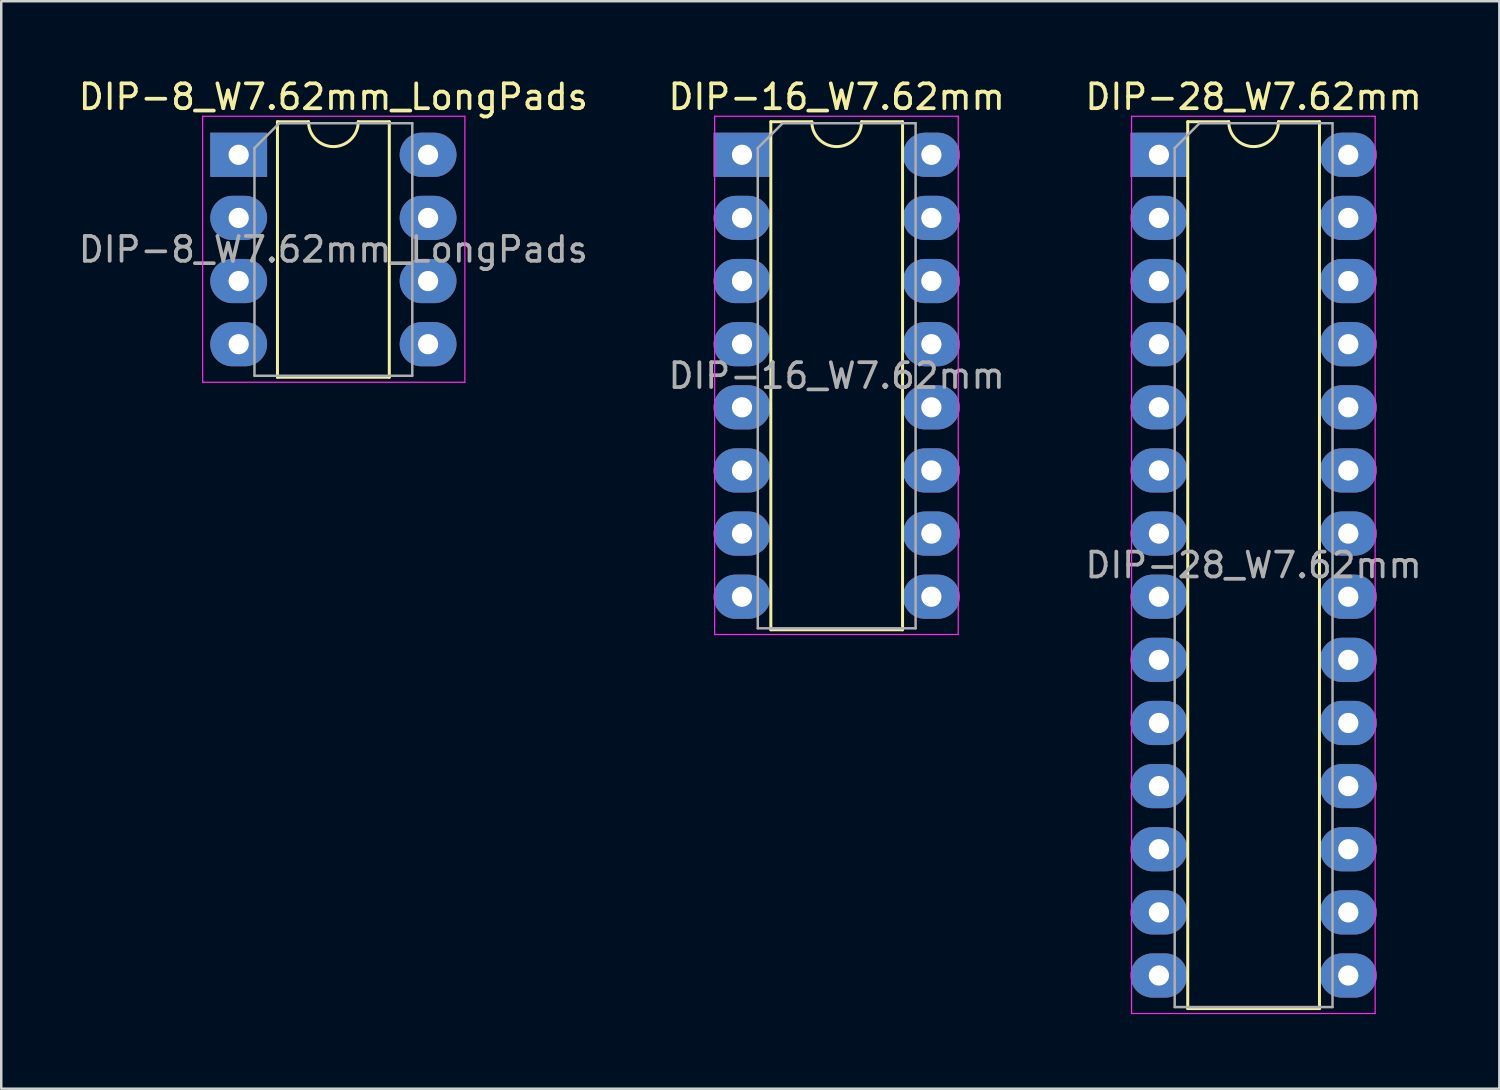
<source format=kicad_pcb>
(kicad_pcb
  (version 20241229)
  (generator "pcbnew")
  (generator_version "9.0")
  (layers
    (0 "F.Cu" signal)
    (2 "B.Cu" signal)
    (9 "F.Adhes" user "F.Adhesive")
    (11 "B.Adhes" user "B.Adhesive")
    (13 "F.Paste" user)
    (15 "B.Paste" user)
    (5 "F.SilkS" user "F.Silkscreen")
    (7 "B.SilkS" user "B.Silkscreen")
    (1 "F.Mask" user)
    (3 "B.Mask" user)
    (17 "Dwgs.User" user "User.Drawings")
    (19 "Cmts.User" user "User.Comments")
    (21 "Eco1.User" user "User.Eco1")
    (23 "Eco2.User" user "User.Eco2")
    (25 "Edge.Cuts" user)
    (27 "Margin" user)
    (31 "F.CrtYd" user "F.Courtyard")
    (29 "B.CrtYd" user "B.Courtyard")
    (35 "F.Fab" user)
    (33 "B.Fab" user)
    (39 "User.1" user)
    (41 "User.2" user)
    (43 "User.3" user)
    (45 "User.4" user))
  (footprint "DIP-16_W7.62mm"
    (layer "F.Cu")
    (at 26.803 3.178)
    (property "Reference" "DIP-16_W7.62mm" (at 3.81 -2.33 0) (layer "F.SilkS") (effects (font (size 1 1) (thickness 0.15))))
    (attr through_hole)
    (fp_line (start 1.16 -1.33) (end 1.16 19.11) (stroke (width 0.12) (type solid)) (layer "F.SilkS"))
    (fp_line (start 1.16 19.11) (end 6.46 19.11) (stroke (width 0.12) (type solid)) (layer "F.SilkS"))
    (fp_line (start 2.81 -1.33) (end 1.16 -1.33) (stroke (width 0.12) (type solid)) (layer "F.SilkS"))
    (fp_line (start 6.46 -1.33) (end 4.81 -1.33) (stroke (width 0.12) (type solid)) (layer "F.SilkS"))
    (fp_line (start 6.46 19.11) (end 6.46 -1.33) (stroke (width 0.12) (type solid)) (layer "F.SilkS"))
    (fp_arc (start 4.81 -1.33) (mid 3.81 -0.33) (end 2.81 -1.33) (stroke (width 0.12) (type solid)) (layer "F.SilkS"))
    (fp_line (start -1.1 -1.55) (end -1.1 19.3) (stroke (width 0.05) (type solid)) (layer "F.CrtYd"))
    (fp_line (start -1.1 19.3) (end 8.7 19.3) (stroke (width 0.05) (type solid)) (layer "F.CrtYd"))
    (fp_line (start 8.7 -1.55) (end -1.1 -1.55) (stroke (width 0.05) (type solid)) (layer "F.CrtYd"))
    (fp_line (start 8.7 19.3) (end 8.7 -1.55) (stroke (width 0.05) (type solid)) (layer "F.CrtYd"))
    (fp_line (start 0.635 -0.27) (end 1.635 -1.27) (stroke (width 0.1) (type solid)) (layer "F.Fab"))
    (fp_line (start 0.635 19.05) (end 0.635 -0.27) (stroke (width 0.1) (type solid)) (layer "F.Fab"))
    (fp_line (start 1.635 -1.27) (end 6.985 -1.27) (stroke (width 0.1) (type solid)) (layer "F.Fab"))
    (fp_line (start 6.985 -1.27) (end 6.985 19.05) (stroke (width 0.1) (type solid)) (layer "F.Fab"))
    (fp_line (start 6.985 19.05) (end 0.635 19.05) (stroke (width 0.1) (type solid)) (layer "F.Fab"))
    (fp_text user "${REFERENCE}" (at 3.81 8.89 0) (layer "F.Fab") (effects (font (size 1 1) (thickness 0.15))))
    (pad "1" thru_hole rect (at 0 0) (size 2.286 1.778) (drill 0.813) (layers "*.Cu" "*.Mask"))
    (pad "2" thru_hole oval (at 0 2.54) (size 2.286 1.778) (drill 0.813) (layers "*.Cu" "*.Mask"))
    (pad "3" thru_hole oval (at 0 5.08) (size 2.286 1.778) (drill 0.813) (layers "*.Cu" "*.Mask"))
    (pad "4" thru_hole oval (at 0 7.62) (size 2.286 1.778) (drill 0.813) (layers "*.Cu" "*.Mask"))
    (pad "5" thru_hole oval (at 0 10.16) (size 2.286 1.778) (drill 0.813) (layers "*.Cu" "*.Mask"))
    (pad "6" thru_hole oval (at 0 12.7) (size 2.286 1.778) (drill 0.813) (layers "*.Cu" "*.Mask"))
    (pad "7" thru_hole oval (at 0 15.24) (size 2.286 1.778) (drill 0.813) (layers "*.Cu" "*.Mask"))
    (pad "8" thru_hole oval (at 0 17.78) (size 2.286 1.778) (drill 0.813) (layers "*.Cu" "*.Mask"))
    (pad "9" thru_hole oval (at 7.62 17.78) (size 2.286 1.778) (drill 0.813) (layers "*.Cu" "*.Mask"))
    (pad "10" thru_hole oval (at 7.62 15.24) (size 2.286 1.778) (drill 0.813) (layers "*.Cu" "*.Mask"))
    (pad "11" thru_hole oval (at 7.62 12.7) (size 2.286 1.778) (drill 0.813) (layers "*.Cu" "*.Mask"))
    (pad "12" thru_hole oval (at 7.62 10.16) (size 2.286 1.778) (drill 0.813) (layers "*.Cu" "*.Mask"))
    (pad "13" thru_hole oval (at 7.62 7.62) (size 2.286 1.778) (drill 0.813) (layers "*.Cu" "*.Mask"))
    (pad "14" thru_hole oval (at 7.62 5.08) (size 2.286 1.778) (drill 0.813) (layers "*.Cu" "*.Mask"))
    (pad "15" thru_hole oval (at 7.62 2.54) (size 2.286 1.778) (drill 0.813) (layers "*.Cu" "*.Mask"))
    (pad "16" thru_hole oval (at 7.62 0) (size 2.286 1.778) (drill 0.813) (layers "*.Cu" "*.Mask")))
  (footprint "DIP-28_W7.62mm"
    (layer "F.Cu")
    (at 43.577 3.178)
    (property "Reference" "DIP-28_W7.62mm" (at 3.81 -2.33 0) (layer "F.SilkS") (effects (font (size 1 1) (thickness 0.15))))
    (attr through_hole)
    (fp_line (start 1.16 -1.33) (end 1.16 34.35) (stroke (width 0.12) (type solid)) (layer "F.SilkS"))
    (fp_line (start 1.16 34.35) (end 6.46 34.35) (stroke (width 0.12) (type solid)) (layer "F.SilkS"))
    (fp_line (start 2.81 -1.33) (end 1.16 -1.33) (stroke (width 0.12) (type solid)) (layer "F.SilkS"))
    (fp_line (start 6.46 -1.33) (end 4.81 -1.33) (stroke (width 0.12) (type solid)) (layer "F.SilkS"))
    (fp_line (start 6.46 34.35) (end 6.46 -1.33) (stroke (width 0.12) (type solid)) (layer "F.SilkS"))
    (fp_arc (start 4.81 -1.33) (mid 3.81 -0.33) (end 2.81 -1.33) (stroke (width 0.12) (type solid)) (layer "F.SilkS"))
    (fp_line (start -1.1 -1.55) (end -1.1 34.55) (stroke (width 0.05) (type solid)) (layer "F.CrtYd"))
    (fp_line (start -1.1 34.55) (end 8.7 34.55) (stroke (width 0.05) (type solid)) (layer "F.CrtYd"))
    (fp_line (start 8.7 -1.55) (end -1.1 -1.55) (stroke (width 0.05) (type solid)) (layer "F.CrtYd"))
    (fp_line (start 8.7 34.55) (end 8.7 -1.55) (stroke (width 0.05) (type solid)) (layer "F.CrtYd"))
    (fp_line (start 0.635 -0.27) (end 1.635 -1.27) (stroke (width 0.1) (type solid)) (layer "F.Fab"))
    (fp_line (start 0.635 34.29) (end 0.635 -0.27) (stroke (width 0.1) (type solid)) (layer "F.Fab"))
    (fp_line (start 1.635 -1.27) (end 6.985 -1.27) (stroke (width 0.1) (type solid)) (layer "F.Fab"))
    (fp_line (start 6.985 -1.27) (end 6.985 34.29) (stroke (width 0.1) (type solid)) (layer "F.Fab"))
    (fp_line (start 6.985 34.29) (end 0.635 34.29) (stroke (width 0.1) (type solid)) (layer "F.Fab"))
    (fp_text user "${REFERENCE}" (at 3.81 16.51 0) (layer "F.Fab") (effects (font (size 1 1) (thickness 0.15))))
    (pad "1" thru_hole rect (at 0 0) (size 2.286 1.778) (drill 0.813) (layers "*.Cu" "*.Mask"))
    (pad "2" thru_hole oval (at 0 2.54) (size 2.286 1.778) (drill 0.813) (layers "*.Cu" "*.Mask"))
    (pad "3" thru_hole oval (at 0 5.08) (size 2.286 1.778) (drill 0.813) (layers "*.Cu" "*.Mask"))
    (pad "4" thru_hole oval (at 0 7.62) (size 2.286 1.778) (drill 0.813) (layers "*.Cu" "*.Mask"))
    (pad "5" thru_hole oval (at 0 10.16) (size 2.286 1.778) (drill 0.813) (layers "*.Cu" "*.Mask"))
    (pad "6" thru_hole oval (at 0 12.7) (size 2.286 1.778) (drill 0.813) (layers "*.Cu" "*.Mask"))
    (pad "7" thru_hole oval (at 0 15.24) (size 2.286 1.778) (drill 0.813) (layers "*.Cu" "*.Mask"))
    (pad "8" thru_hole oval (at 0 17.78) (size 2.286 1.778) (drill 0.813) (layers "*.Cu" "*.Mask"))
    (pad "9" thru_hole oval (at 0 20.32) (size 2.286 1.778) (drill 0.813) (layers "*.Cu" "*.Mask"))
    (pad "10" thru_hole oval (at 0 22.86) (size 2.286 1.778) (drill 0.813) (layers "*.Cu" "*.Mask"))
    (pad "11" thru_hole oval (at 0 25.4) (size 2.286 1.778) (drill 0.813) (layers "*.Cu" "*.Mask"))
    (pad "12" thru_hole oval (at 0 27.94) (size 2.286 1.778) (drill 0.813) (layers "*.Cu" "*.Mask"))
    (pad "13" thru_hole oval (at 0 30.48) (size 2.286 1.778) (drill 0.813) (layers "*.Cu" "*.Mask"))
    (pad "14" thru_hole oval (at 0 33.02) (size 2.286 1.778) (drill 0.813) (layers "*.Cu" "*.Mask"))
    (pad "15" thru_hole oval (at 7.62 33.02) (size 2.286 1.778) (drill 0.813) (layers "*.Cu" "*.Mask"))
    (pad "16" thru_hole oval (at 7.62 30.48) (size 2.286 1.778) (drill 0.813) (layers "*.Cu" "*.Mask"))
    (pad "17" thru_hole oval (at 7.62 27.94) (size 2.286 1.778) (drill 0.813) (layers "*.Cu" "*.Mask"))
    (pad "18" thru_hole oval (at 7.62 25.4) (size 2.286 1.778) (drill 0.813) (layers "*.Cu" "*.Mask"))
    (pad "19" thru_hole oval (at 7.62 22.86) (size 2.286 1.778) (drill 0.813) (layers "*.Cu" "*.Mask"))
    (pad "20" thru_hole oval (at 7.62 20.32) (size 2.286 1.778) (drill 0.813) (layers "*.Cu" "*.Mask"))
    (pad "21" thru_hole oval (at 7.62 17.78) (size 2.286 1.778) (drill 0.813) (layers "*.Cu" "*.Mask"))
    (pad "22" thru_hole oval (at 7.62 15.24) (size 2.286 1.778) (drill 0.813) (layers "*.Cu" "*.Mask"))
    (pad "23" thru_hole oval (at 7.62 12.7) (size 2.286 1.778) (drill 0.813) (layers "*.Cu" "*.Mask"))
    (pad "24" thru_hole oval (at 7.62 10.16) (size 2.286 1.778) (drill 0.813) (layers "*.Cu" "*.Mask"))
    (pad "25" thru_hole oval (at 7.62 7.62) (size 2.286 1.778) (drill 0.813) (layers "*.Cu" "*.Mask"))
    (pad "26" thru_hole oval (at 7.62 5.08) (size 2.286 1.778) (drill 0.813) (layers "*.Cu" "*.Mask"))
    (pad "27" thru_hole oval (at 7.62 2.54) (size 2.286 1.778) (drill 0.813) (layers "*.Cu" "*.Mask"))
    (pad "28" thru_hole oval (at 7.62 0) (size 2.286 1.778) (drill 0.813) (layers "*.Cu" "*.Mask")))
  (footprint "DIP-8_W7.62mm_LongPads"
    (layer "F.Cu")
    (at 6.553 3.178)
    (property "Reference" "DIP-8_W7.62mm_LongPads" (at 3.81 -2.33 0) (layer "F.SilkS") (effects (font (size 1 1) (thickness 0.15))))
    (attr through_hole)
    (fp_line (start 1.56 -1.33) (end 1.56 8.95) (stroke (width 0.12) (type solid)) (layer "F.SilkS"))
    (fp_line (start 1.56 8.95) (end 6.06 8.95) (stroke (width 0.12) (type solid)) (layer "F.SilkS"))
    (fp_line (start 2.81 -1.33) (end 1.56 -1.33) (stroke (width 0.12) (type solid)) (layer "F.SilkS"))
    (fp_line (start 6.06 -1.33) (end 4.81 -1.33) (stroke (width 0.12) (type solid)) (layer "F.SilkS"))
    (fp_line (start 6.06 8.95) (end 6.06 -1.33) (stroke (width 0.12) (type solid)) (layer "F.SilkS"))
    (fp_arc (start 4.81 -1.33) (mid 3.81 -0.33) (end 2.81 -1.33) (stroke (width 0.12) (type solid)) (layer "F.SilkS"))
    (fp_line (start -1.45 -1.55) (end -1.45 9.15) (stroke (width 0.05) (type solid)) (layer "F.CrtYd"))
    (fp_line (start -1.45 9.15) (end 9.1 9.15) (stroke (width 0.05) (type solid)) (layer "F.CrtYd"))
    (fp_line (start 9.1 -1.55) (end -1.45 -1.55) (stroke (width 0.05) (type solid)) (layer "F.CrtYd"))
    (fp_line (start 9.1 9.15) (end 9.1 -1.55) (stroke (width 0.05) (type solid)) (layer "F.CrtYd"))
    (fp_line (start 0.635 -0.27) (end 1.635 -1.27) (stroke (width 0.1) (type solid)) (layer "F.Fab"))
    (fp_line (start 0.635 8.89) (end 0.635 -0.27) (stroke (width 0.1) (type solid)) (layer "F.Fab"))
    (fp_line (start 1.635 -1.27) (end 6.985 -1.27) (stroke (width 0.1) (type solid)) (layer "F.Fab"))
    (fp_line (start 6.985 -1.27) (end 6.985 8.89) (stroke (width 0.1) (type solid)) (layer "F.Fab"))
    (fp_line (start 6.985 8.89) (end 0.635 8.89) (stroke (width 0.1) (type solid)) (layer "F.Fab"))
    (fp_text user "${REFERENCE}" (at 3.81 3.81 0) (layer "F.Fab") (effects (font (size 1 1) (thickness 0.15))))
    (pad "1" thru_hole rect (at 0 0) (size 2.286 1.778) (drill 0.813) (layers "*.Cu" "*.Mask"))
    (pad "2" thru_hole oval (at 0 2.54) (size 2.286 1.778) (drill 0.813) (layers "*.Cu" "*.Mask"))
    (pad "3" thru_hole oval (at 0 5.08) (size 2.286 1.778) (drill 0.813) (layers "*.Cu" "*.Mask"))
    (pad "4" thru_hole oval (at 0 7.62) (size 2.286 1.778) (drill 0.813) (layers "*.Cu" "*.Mask"))
    (pad "5" thru_hole oval (at 7.62 7.62) (size 2.286 1.778) (drill 0.813) (layers "*.Cu" "*.Mask"))
    (pad "6" thru_hole oval (at 7.62 5.08) (size 2.286 1.778) (drill 0.813) (layers "*.Cu" "*.Mask"))
    (pad "7" thru_hole oval (at 7.62 2.54) (size 2.286 1.778) (drill 0.813) (layers "*.Cu" "*.Mask"))
    (pad "8" thru_hole oval (at 7.62 0) (size 2.286 1.778) (drill 0.813) (layers "*.Cu" "*.Mask")))
  (gr_rect
    (start -3 -3)
    (end 57.274 40.753)
    (stroke (width 0.1) (type default))
    (fill no)
    (layer "Edge.Cuts")))
</source>
